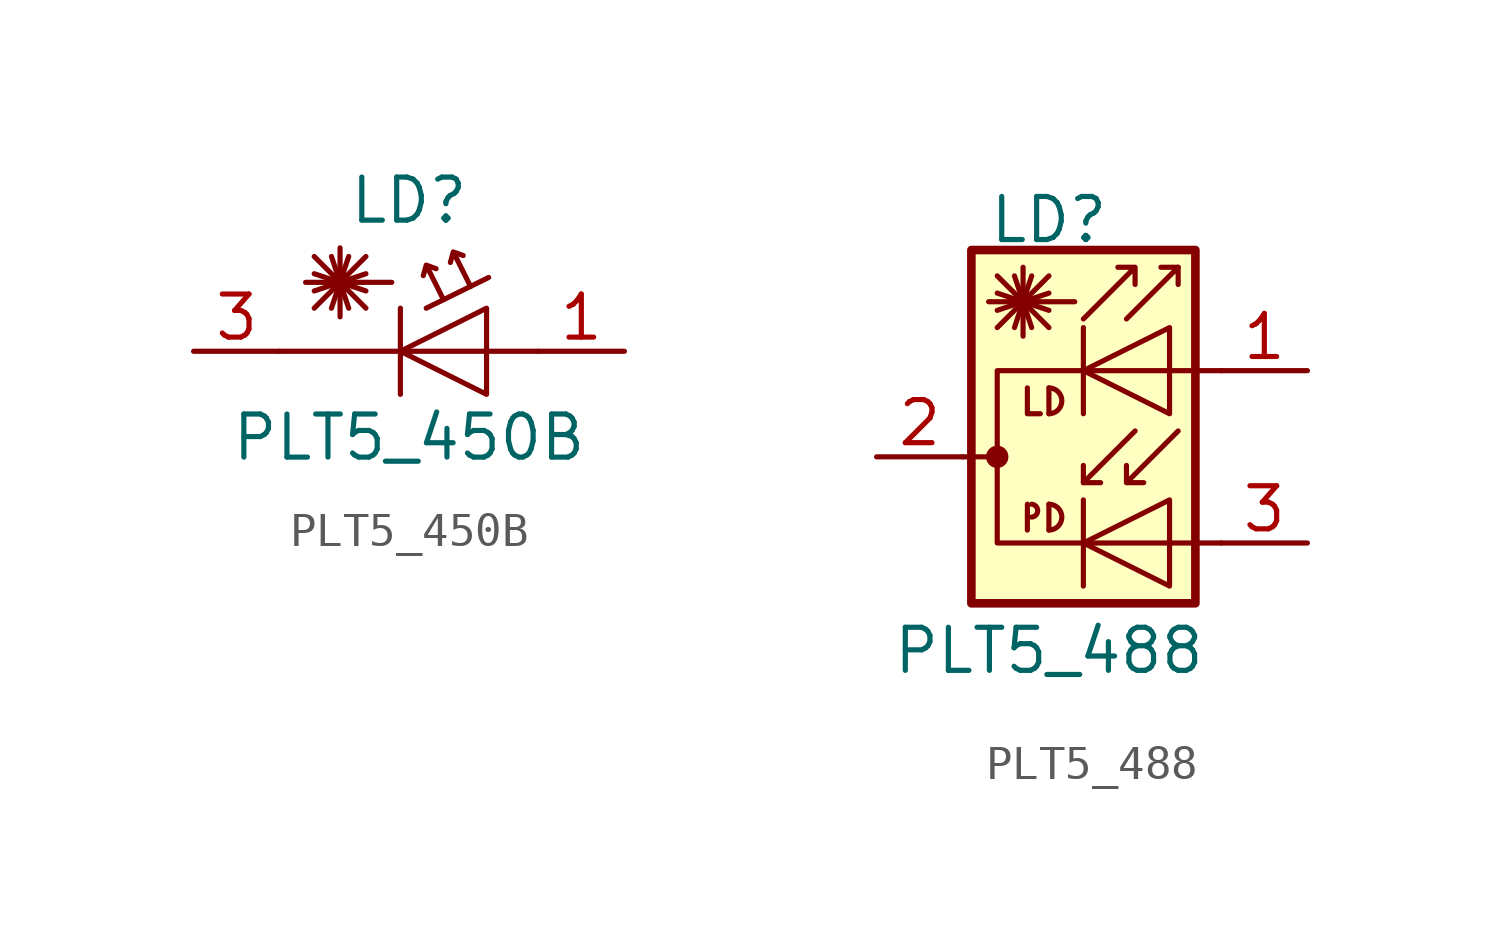
<source format=kicad_sym>
(kicad_symbol_lib
  (version 20231120)
  (generator "kicad_symbol_editor")
  (generator_version "8.0")
  (symbol "PLT5_450B"
    (pin_names
      (offset 1.016) hide)
    (property "Reference" "LD"
      (at -1.27 4.445 0)
      (effects (font (size 1.27 1.27))))
    (property "Value" "PLT5_450B"
      (at -1.27 -2.54 0)
      (effects (font (size 1.27 1.27))))
    (symbol "PLT5_450B_0_1"
      (polyline (pts (xy -4.064 1.27) (xy -2.54 2.794)) (stroke (width 0) (type default)) (fill (type none)))
      (polyline (pts (xy -4.064 1.778) (xy -2.54 2.286)) (stroke (width 0) (type default)) (fill (type none)))
      (polyline (pts (xy -4.064 2.286) (xy -2.54 1.778)) (stroke (width 0) (type default)) (fill (type none)))
      (polyline (pts (xy -4.064 2.794) (xy -2.54 1.27)) (stroke (width 0) (type default)) (fill (type none)))
      (polyline (pts (xy -3.556 2.794) (xy -3.048 1.27)) (stroke (width 0) (type default)) (fill (type none)))
      (polyline (pts (xy -3.302 2.032) (xy -3.302 1.016)) (stroke (width 0) (type default)) (fill (type none)))
      (polyline (pts (xy -3.302 2.032) (xy -3.302 3.048)) (stroke (width 0) (type default)) (fill (type none)))
      (polyline (pts (xy -3.048 2.794) (xy -3.556 1.27)) (stroke (width 0) (type default)) (fill (type none)))
      (polyline (pts (xy -1.778 2.032) (xy -4.318 2.032)) (stroke (width 0) (type default)) (fill (type none)))
      (polyline (pts (xy -1.524 1.27) (xy -1.524 -1.27)) (stroke (width 0.152) (type default)) (fill (type none)))
      (polyline (pts (xy 2.54 0) (xy -5.08 0)) (stroke (width 0) (type default)) (fill (type none)))
      (polyline (pts (xy -0.254 1.524) (xy -0.762 2.54) (xy -0.472 2.434) (xy -0.762 2.54) (xy -0.849 2.23)) (stroke (width 0) (type default)) (fill (type none)))
      (polyline (pts (xy 0.544 1.912) (xy 0.036 2.928) (xy 0.327 2.822) (xy 0.036 2.928) (xy -0.05 2.618)) (stroke (width 0) (type default)) (fill (type none))))
    (symbol "PLT5_450B_1_1"
      (polyline (pts (xy 1.078 2.176) (xy -0.762 1.27) (xy -0.762 1.27)) (stroke (width 0) (type default)) (fill (type none)))
      (polyline (pts (xy 1.016 -1.27) (xy 1.016 1.27) (xy -1.524 0) (xy 1.016 -1.27)) (stroke (width 0) (type default)) (fill (type none)))
      (pin passive line (at 5.08 0 180) (length 2.54) (name "A" (effects (font (size 1.27 1.27)))) (number "1" (effects (font (size 1.27 1.27)))))
      (pin no_connect line (at -1.27 0 0) (length 2.54) hide (name "NC" (effects (font (size 1.27 1.27)))) (number "2" (effects (font (size 1.27 1.27)))))
      (pin passive line (at -7.62 0 0) (length 2.54) (name "C" (effects (font (size 1.27 1.27)))) (number "3" (effects (font (size 1.27 1.27)))))))
  (symbol "PLT5_488"
    (pin_names
      (offset 1.016) hide)
    (property "Reference" "LD"
      (at 0 6.985 0)
      (effects (font (size 1.27 1.27))))
    (property "Value" "PLT5_488"
      (at 0 -5.715 0)
      (effects (font (size 1.27 1.27))))
    (symbol "PLT5_488_0_1"
      (rectangle (start -2.286 6.096) (end 4.318 -4.318) (stroke (width 0.254) (type default)) (fill (type background)))
      (circle (center -1.524 0) (radius 0.254) (stroke (width 0) (type default)) (fill (type outline)))
      (arc (start -0.508 -1.778) (mid -0.3302 -1.6002) (end -0.508 -1.397) (stroke (width 0) (type default)) (fill (type none)))
      (arc (start 0 -2.159) (mid 0.3794 -1.778) (end 0 -1.397) (stroke (width 0) (type default)) (fill (type none)))
      (polyline (pts (xy -2.54 0) (xy -1.524 0)) (stroke (width 0) (type default)) (fill (type none)))
      (polyline (pts (xy -1.524 3.81) (xy 0 5.334)) (stroke (width 0) (type default)) (fill (type none)))
      (polyline (pts (xy -1.524 4.318) (xy 0 4.826)) (stroke (width 0) (type default)) (fill (type none)))
      (polyline (pts (xy -1.524 4.826) (xy 0 4.318)) (stroke (width 0) (type default)) (fill (type none)))
      (polyline (pts (xy -1.524 5.334) (xy 0 3.81)) (stroke (width 0) (type default)) (fill (type none)))
      (polyline (pts (xy -1.016 5.334) (xy -0.508 3.81)) (stroke (width 0) (type default)) (fill (type none)))
      (polyline (pts (xy -0.762 4.572) (xy -0.762 3.556)) (stroke (width 0) (type default)) (fill (type none)))
      (polyline (pts (xy -0.762 4.572) (xy -0.762 5.588)) (stroke (width 0) (type default)) (fill (type none)))
      (polyline (pts (xy -0.635 -1.397) (xy -0.635 -2.159)) (stroke (width 0) (type default)) (fill (type none)))
      (polyline (pts (xy -0.508 5.334) (xy -1.016 3.81)) (stroke (width 0) (type default)) (fill (type none)))
      (polyline (pts (xy 0 -1.397) (xy 0 -2.159)) (stroke (width 0) (type default)) (fill (type none)))
      (polyline (pts (xy 0 2.032) (xy 0 1.27)) (stroke (width 0) (type default)) (fill (type none)))
      (polyline (pts (xy 0.762 4.572) (xy -1.778 4.572)) (stroke (width 0) (type default)) (fill (type none)))
      (polyline (pts (xy 1.016 -1.27) (xy 1.016 -3.81)) (stroke (width 0.152) (type default)) (fill (type none)))
      (polyline (pts (xy 1.016 -0.762) (xy 1.524 -0.762)) (stroke (width 0) (type default)) (fill (type none)))
      (polyline (pts (xy 1.016 3.81) (xy 1.016 1.27)) (stroke (width 0.152) (type default)) (fill (type none)))
      (polyline (pts (xy 3.81 5.588) (xy 3.302 5.588)) (stroke (width 0) (type default)) (fill (type none)))
      (polyline (pts (xy -0.635 2.032) (xy -0.635 1.27) (xy -0.254 1.27)) (stroke (width 0) (type default)) (fill (type none)))
      (polyline (pts (xy 2.286 4.064) (xy 3.81 5.588) (xy 3.81 5.08)) (stroke (width 0) (type default)) (fill (type none)))
      (polyline (pts (xy 2.54 0.762) (xy 1.016 -0.762) (xy 1.016 -0.254)) (stroke (width 0) (type default)) (fill (type none)))
      (polyline (pts (xy 5.08 2.54) (xy -1.524 2.54) (xy -1.524 -2.54) (xy 5.08 -2.54)) (stroke (width 0) (type default)) (fill (type none)))
      (polyline (pts (xy 1.016 4.064) (xy 2.54 5.588) (xy 2.54 5.08) (xy 2.54 5.588) (xy 2.032 5.588)) (stroke (width 0) (type default)) (fill (type none)))
      (polyline (pts (xy 3.81 0.762) (xy 2.286 -0.762) (xy 2.286 -0.254) (xy 2.286 -0.762) (xy 2.794 -0.762)) (stroke (width 0) (type default)) (fill (type none)))
      (arc (start 0 1.27) (mid 0.3794 1.651) (end 0 2.032) (stroke (width 0) (type default)) (fill (type none))))
    (symbol "PLT5_488_1_1"
      (polyline (pts (xy 3.556 -3.81) (xy 3.556 -1.27) (xy 1.016 -2.54) (xy 3.556 -3.81)) (stroke (width 0) (type default)) (fill (type none)))
      (polyline (pts (xy 3.556 1.27) (xy 3.556 3.81) (xy 1.016 2.54) (xy 3.556 1.27)) (stroke (width 0) (type default)) (fill (type none)))
      (pin passive line (at 7.62 2.54 180) (length 2.54) (name "~" (effects (font (size 1.27 1.27)))) (number "1" (effects (font (size 1.27 1.27)))))
      (pin passive line (at -5.08 0 0) (length 2.54) (name "~" (effects (font (size 1.27 1.27)))) (number "2" (effects (font (size 1.27 1.27)))))
      (pin passive line (at 7.62 -2.54 180) (length 2.54) (name "~" (effects (font (size 1.27 1.27)))) (number "3" (effects (font (size 1.27 1.27))))))))
</source>
